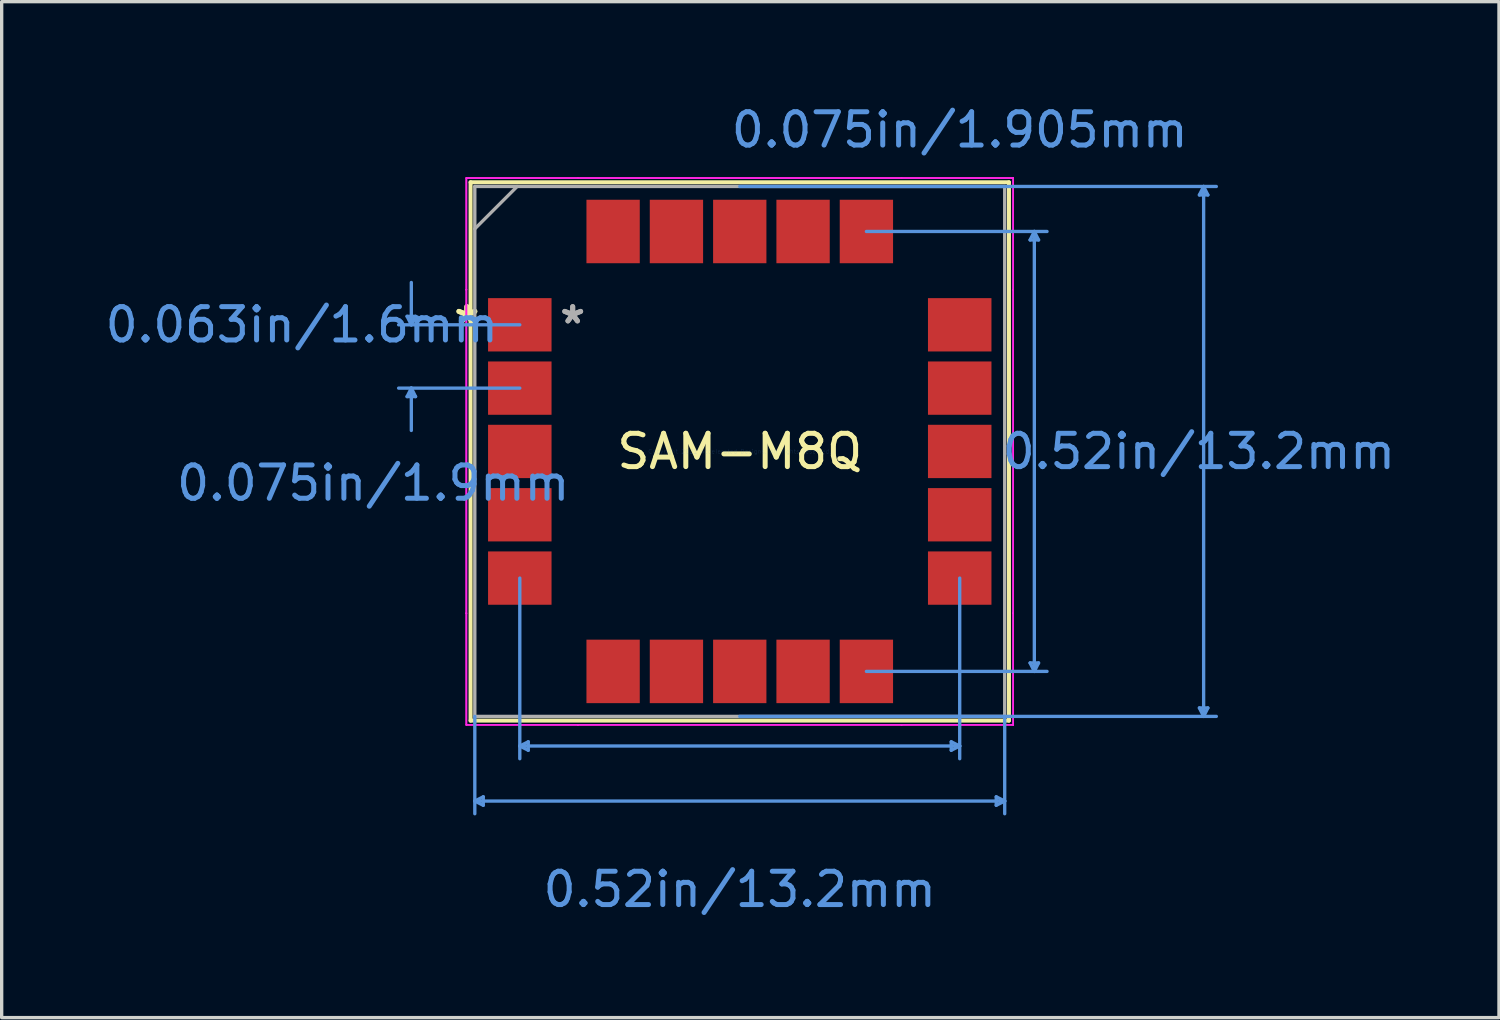
<source format=kicad_pcb>
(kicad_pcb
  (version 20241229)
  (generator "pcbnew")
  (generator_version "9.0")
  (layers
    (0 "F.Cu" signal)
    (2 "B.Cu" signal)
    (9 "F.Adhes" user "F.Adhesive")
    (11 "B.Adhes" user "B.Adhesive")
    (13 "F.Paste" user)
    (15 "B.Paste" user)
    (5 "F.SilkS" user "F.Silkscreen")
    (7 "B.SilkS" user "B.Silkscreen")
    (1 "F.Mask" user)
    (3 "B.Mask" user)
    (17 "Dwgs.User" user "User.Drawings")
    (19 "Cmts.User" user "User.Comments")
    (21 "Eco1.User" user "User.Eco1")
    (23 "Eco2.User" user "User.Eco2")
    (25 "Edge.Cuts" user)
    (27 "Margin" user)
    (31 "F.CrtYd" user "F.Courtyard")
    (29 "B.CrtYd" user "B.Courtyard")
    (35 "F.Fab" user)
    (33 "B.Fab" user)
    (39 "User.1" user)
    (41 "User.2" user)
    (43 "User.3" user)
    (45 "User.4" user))
  (footprint "SAM-M8Q"
    (layer "F.Cu")
    (at 19.147 10.496)
    (property "Reference" "SAM-M8Q" (at 0 0 0) (layer "F.SilkS") (effects (font (size 1 1) (thickness 0.15))))
    (attr through_hole)
    (fp_line (start -8.077 -8.077) (end -8.077 8.077) (stroke (width 0.12) (type solid)) (layer "F.SilkS"))
    (fp_line (start -8.077 8.077) (end 8.077 8.077) (stroke (width 0.12) (type solid)) (layer "F.SilkS"))
    (fp_line (start 8.077 -8.077) (end -8.077 -8.077) (stroke (width 0.12) (type solid)) (layer "F.SilkS"))
    (fp_line (start 8.077 8.077) (end 8.077 -8.077) (stroke (width 0.12) (type solid)) (layer "F.SilkS"))
    (fp_line (start -9.982 -4.054) (end -9.728 -4.054) (stroke (width 0.1) (type solid)) (layer "Cmts.User"))
    (fp_line (start -9.982 -1.646) (end -9.728 -1.646) (stroke (width 0.1) (type solid)) (layer "Cmts.User"))
    (fp_line (start -9.855 -3.8) (end -9.982 -4.054) (stroke (width 0.1) (type solid)) (layer "Cmts.User"))
    (fp_line (start -9.855 -3.8) (end -9.855 -5.07) (stroke (width 0.1) (type solid)) (layer "Cmts.User"))
    (fp_line (start -9.855 -3.8) (end -9.728 -4.054) (stroke (width 0.1) (type solid)) (layer "Cmts.User"))
    (fp_line (start -9.855 -1.9) (end -9.982 -1.646) (stroke (width 0.1) (type solid)) (layer "Cmts.User"))
    (fp_line (start -9.855 -1.9) (end -9.855 -0.63) (stroke (width 0.1) (type solid)) (layer "Cmts.User"))
    (fp_line (start -9.855 -1.9) (end -9.728 -1.646) (stroke (width 0.1) (type solid)) (layer "Cmts.User"))
    (fp_line (start -7.95 7.95) (end -7.95 10.871) (stroke (width 0.1) (type solid)) (layer "Cmts.User"))
    (fp_line (start -7.95 10.49) (end -7.696 10.363) (stroke (width 0.1) (type solid)) (layer "Cmts.User"))
    (fp_line (start -7.95 10.49) (end -7.696 10.617) (stroke (width 0.1) (type solid)) (layer "Cmts.User"))
    (fp_line (start -7.95 10.49) (end 7.95 10.49) (stroke (width 0.1) (type solid)) (layer "Cmts.User"))
    (fp_line (start -7.696 10.363) (end -7.696 10.617) (stroke (width 0.1) (type solid)) (layer "Cmts.User"))
    (fp_line (start -6.6 -3.8) (end -10.236 -3.8) (stroke (width 0.1) (type solid)) (layer "Cmts.User"))
    (fp_line (start -6.6 -1.9) (end -10.236 -1.9) (stroke (width 0.1) (type solid)) (layer "Cmts.User"))
    (fp_line (start -6.6 3.8) (end -6.6 9.22) (stroke (width 0.1) (type solid)) (layer "Cmts.User"))
    (fp_line (start -6.6 8.839) (end -6.346 8.712) (stroke (width 0.1) (type solid)) (layer "Cmts.User"))
    (fp_line (start -6.6 8.839) (end -6.346 8.966) (stroke (width 0.1) (type solid)) (layer "Cmts.User"))
    (fp_line (start -6.6 8.839) (end 6.6 8.839) (stroke (width 0.1) (type solid)) (layer "Cmts.User"))
    (fp_line (start -6.346 8.712) (end -6.346 8.966) (stroke (width 0.1) (type solid)) (layer "Cmts.User"))
    (fp_line (start 0 -7.95) (end 14.3 -7.95) (stroke (width 0.1) (type solid)) (layer "Cmts.User"))
    (fp_line (start 0 7.95) (end 14.3 7.95) (stroke (width 0.1) (type solid)) (layer "Cmts.User"))
    (fp_line (start 3.8 -6.6) (end 9.22 -6.6) (stroke (width 0.1) (type solid)) (layer "Cmts.User"))
    (fp_line (start 3.8 6.6) (end 9.22 6.6) (stroke (width 0.1) (type solid)) (layer "Cmts.User"))
    (fp_line (start 6.346 8.712) (end 6.346 8.966) (stroke (width 0.1) (type solid)) (layer "Cmts.User"))
    (fp_line (start 6.6 3.8) (end 6.6 9.22) (stroke (width 0.1) (type solid)) (layer "Cmts.User"))
    (fp_line (start 6.6 8.839) (end 6.346 8.712) (stroke (width 0.1) (type solid)) (layer "Cmts.User"))
    (fp_line (start 6.6 8.839) (end 6.346 8.966) (stroke (width 0.1) (type solid)) (layer "Cmts.User"))
    (fp_line (start 7.696 10.363) (end 7.696 10.617) (stroke (width 0.1) (type solid)) (layer "Cmts.User"))
    (fp_line (start 7.95 7.95) (end 7.95 10.871) (stroke (width 0.1) (type solid)) (layer "Cmts.User"))
    (fp_line (start 7.95 10.49) (end 7.696 10.363) (stroke (width 0.1) (type solid)) (layer "Cmts.User"))
    (fp_line (start 7.95 10.49) (end 7.696 10.617) (stroke (width 0.1) (type solid)) (layer "Cmts.User"))
    (fp_line (start 8.712 -6.346) (end 8.966 -6.346) (stroke (width 0.1) (type solid)) (layer "Cmts.User"))
    (fp_line (start 8.712 6.346) (end 8.966 6.346) (stroke (width 0.1) (type solid)) (layer "Cmts.User"))
    (fp_line (start 8.839 -6.6) (end 8.712 -6.346) (stroke (width 0.1) (type solid)) (layer "Cmts.User"))
    (fp_line (start 8.839 -6.6) (end 8.839 6.6) (stroke (width 0.1) (type solid)) (layer "Cmts.User"))
    (fp_line (start 8.839 -6.6) (end 8.966 -6.346) (stroke (width 0.1) (type solid)) (layer "Cmts.User"))
    (fp_line (start 8.839 6.6) (end 8.712 6.346) (stroke (width 0.1) (type solid)) (layer "Cmts.User"))
    (fp_line (start 8.839 6.6) (end 8.966 6.346) (stroke (width 0.1) (type solid)) (layer "Cmts.User"))
    (fp_line (start 13.792 -7.696) (end 14.046 -7.696) (stroke (width 0.1) (type solid)) (layer "Cmts.User"))
    (fp_line (start 13.792 7.696) (end 14.046 7.696) (stroke (width 0.1) (type solid)) (layer "Cmts.User"))
    (fp_line (start 13.919 -7.95) (end 13.792 -7.696) (stroke (width 0.1) (type solid)) (layer "Cmts.User"))
    (fp_line (start 13.919 -7.95) (end 13.919 7.95) (stroke (width 0.1) (type solid)) (layer "Cmts.User"))
    (fp_line (start 13.919 -7.95) (end 14.046 -7.696) (stroke (width 0.1) (type solid)) (layer "Cmts.User"))
    (fp_line (start 13.919 7.95) (end 13.792 7.696) (stroke (width 0.1) (type solid)) (layer "Cmts.User"))
    (fp_line (start 13.919 7.95) (end 14.046 7.696) (stroke (width 0.1) (type solid)) (layer "Cmts.User"))
    (fp_line (start -8.204 -8.204) (end -4.854 -8.204) (stroke (width 0.05) (type solid)) (layer "F.CrtYd"))
    (fp_line (start -8.204 -8.204) (end -4.854 -8.204) (stroke (width 0.05) (type solid)) (layer "F.CrtYd"))
    (fp_line (start -8.204 -4.854) (end -8.204 -8.204) (stroke (width 0.05) (type solid)) (layer "F.CrtYd"))
    (fp_line (start -8.204 -4.854) (end -8.204 -8.204) (stroke (width 0.05) (type solid)) (layer "F.CrtYd"))
    (fp_line (start -8.204 -4.854) (end -8.204 -4.854) (stroke (width 0.05) (type solid)) (layer "F.CrtYd"))
    (fp_line (start -8.204 -4.854) (end -8.204 -4.854) (stroke (width 0.05) (type solid)) (layer "F.CrtYd"))
    (fp_line (start -8.204 4.854) (end -8.204 -4.854) (stroke (width 0.05) (type solid)) (layer "F.CrtYd"))
    (fp_line (start -8.204 4.854) (end -8.204 -4.854) (stroke (width 0.05) (type solid)) (layer "F.CrtYd"))
    (fp_line (start -8.204 4.854) (end -8.204 4.854) (stroke (width 0.05) (type solid)) (layer "F.CrtYd"))
    (fp_line (start -8.204 4.854) (end -8.204 4.854) (stroke (width 0.05) (type solid)) (layer "F.CrtYd"))
    (fp_line (start -8.204 8.204) (end -8.204 4.854) (stroke (width 0.05) (type solid)) (layer "F.CrtYd"))
    (fp_line (start -8.204 8.204) (end -8.204 4.854) (stroke (width 0.05) (type solid)) (layer "F.CrtYd"))
    (fp_line (start -4.854 -8.204) (end -4.854 -8.204) (stroke (width 0.05) (type solid)) (layer "F.CrtYd"))
    (fp_line (start -4.854 -8.204) (end -4.854 -8.204) (stroke (width 0.05) (type solid)) (layer "F.CrtYd"))
    (fp_line (start -4.854 -8.204) (end 4.854 -8.204) (stroke (width 0.05) (type solid)) (layer "F.CrtYd"))
    (fp_line (start -4.854 -8.204) (end 4.854 -8.204) (stroke (width 0.05) (type solid)) (layer "F.CrtYd"))
    (fp_line (start -4.854 8.204) (end -8.204 8.204) (stroke (width 0.05) (type solid)) (layer "F.CrtYd"))
    (fp_line (start -4.854 8.204) (end -8.204 8.204) (stroke (width 0.05) (type solid)) (layer "F.CrtYd"))
    (fp_line (start -4.854 8.204) (end -4.854 8.204) (stroke (width 0.05) (type solid)) (layer "F.CrtYd"))
    (fp_line (start -4.854 8.204) (end -4.854 8.204) (stroke (width 0.05) (type solid)) (layer "F.CrtYd"))
    (fp_line (start 4.854 -8.204) (end 4.854 -8.204) (stroke (width 0.05) (type solid)) (layer "F.CrtYd"))
    (fp_line (start 4.854 -8.204) (end 4.854 -8.204) (stroke (width 0.05) (type solid)) (layer "F.CrtYd"))
    (fp_line (start 4.854 -8.204) (end 8.204 -8.204) (stroke (width 0.05) (type solid)) (layer "F.CrtYd"))
    (fp_line (start 4.854 -8.204) (end 8.204 -8.204) (stroke (width 0.05) (type solid)) (layer "F.CrtYd"))
    (fp_line (start 4.854 8.204) (end -4.854 8.204) (stroke (width 0.05) (type solid)) (layer "F.CrtYd"))
    (fp_line (start 4.854 8.204) (end -4.854 8.204) (stroke (width 0.05) (type solid)) (layer "F.CrtYd"))
    (fp_line (start 4.854 8.204) (end 4.854 8.204) (stroke (width 0.05) (type solid)) (layer "F.CrtYd"))
    (fp_line (start 4.854 8.204) (end 4.854 8.204) (stroke (width 0.05) (type solid)) (layer "F.CrtYd"))
    (fp_line (start 8.204 -8.204) (end 8.204 -4.854) (stroke (width 0.05) (type solid)) (layer "F.CrtYd"))
    (fp_line (start 8.204 -8.204) (end 8.204 -4.854) (stroke (width 0.05) (type solid)) (layer "F.CrtYd"))
    (fp_line (start 8.204 -4.854) (end 8.204 -4.854) (stroke (width 0.05) (type solid)) (layer "F.CrtYd"))
    (fp_line (start 8.204 -4.854) (end 8.204 -4.854) (stroke (width 0.05) (type solid)) (layer "F.CrtYd"))
    (fp_line (start 8.204 -4.854) (end 8.204 4.854) (stroke (width 0.05) (type solid)) (layer "F.CrtYd"))
    (fp_line (start 8.204 -4.854) (end 8.204 4.854) (stroke (width 0.05) (type solid)) (layer "F.CrtYd"))
    (fp_line (start 8.204 4.854) (end 8.204 4.854) (stroke (width 0.05) (type solid)) (layer "F.CrtYd"))
    (fp_line (start 8.204 4.854) (end 8.204 4.854) (stroke (width 0.05) (type solid)) (layer "F.CrtYd"))
    (fp_line (start 8.204 4.854) (end 8.204 8.204) (stroke (width 0.05) (type solid)) (layer "F.CrtYd"))
    (fp_line (start 8.204 4.854) (end 8.204 8.204) (stroke (width 0.05) (type solid)) (layer "F.CrtYd"))
    (fp_line (start 8.204 8.204) (end 4.854 8.204) (stroke (width 0.05) (type solid)) (layer "F.CrtYd"))
    (fp_line (start 8.204 8.204) (end 4.854 8.204) (stroke (width 0.05) (type solid)) (layer "F.CrtYd"))
    (fp_line (start -7.95 -7.95) (end -7.95 7.95) (stroke (width 0.1) (type solid)) (layer "F.Fab"))
    (fp_line (start -7.95 -6.68) (end -6.68 -7.95) (stroke (width 0.1) (type solid)) (layer "F.Fab"))
    (fp_line (start -7.95 7.95) (end 7.95 7.95) (stroke (width 0.1) (type solid)) (layer "F.Fab"))
    (fp_line (start 7.95 -7.95) (end -7.95 -7.95) (stroke (width 0.1) (type solid)) (layer "F.Fab"))
    (fp_line (start 7.95 7.95) (end 7.95 -7.95) (stroke (width 0.1) (type solid)) (layer "F.Fab"))
    (fp_text user "*" (at -8.188 -3.8 0) (layer "F.SilkS") (effects (font (size 1 1) (thickness 0.15))))
    (fp_text user "*" (at -8.188 -3.8 0) (layer "F.SilkS") (effects (font (size 1 1) (thickness 0.15))))
    (fp_text user "0.52in/13.2mm" (at 0 13.141 0) (layer "Cmts.User") (effects (font (size 1 1) (thickness 0.15))))
    (fp_text user "Copyright 2021 Accelerated Designs. All rights reserved." (at 0 0 0) (layer "Cmts.User") (effects (font (size 0.127 0.127) (thickness 0.002))))
    (fp_text user "0.063in/1.6mm" (at -13.141 -3.8 0) (layer "Cmts.User") (effects (font (size 1 1) (thickness 0.15))))
    (fp_text user "0.075in/1.905mm" (at 6.6 -9.648 0) (layer "Cmts.User") (effects (font (size 1 1) (thickness 0.15))))
    (fp_text user "0.52in/13.2mm" (at 13.776 0 0) (layer "Cmts.User") (effects (font (size 1 1) (thickness 0.15))))
    (fp_text user "0.075in/1.9mm" (at -10.998 0.95 0) (layer "Cmts.User") (effects (font (size 1 1) (thickness 0.15))))
    (fp_text user "*" (at -5.013 -3.8 0) (layer "F.Fab") (effects (font (size 1 1) (thickness 0.15))))
    (fp_text user "*" (at -5.013 -3.8 0) (layer "F.Fab") (effects (font (size 1 1) (thickness 0.15))))
    (pad "1" smd rect (at -6.6 -3.8) (size 1.905 1.6) (layers "F.Cu" "F.Mask" "F.Paste"))
    (pad "2" smd rect (at -6.6 -1.9) (size 1.905 1.6) (layers "F.Cu" "F.Mask" "F.Paste"))
    (pad "3" smd rect (at -6.6 0) (size 1.905 1.6) (layers "F.Cu" "F.Mask" "F.Paste"))
    (pad "4" smd rect (at -6.6 1.9) (size 1.905 1.6) (layers "F.Cu" "F.Mask" "F.Paste"))
    (pad "5" smd rect (at -6.6 3.8) (size 1.905 1.6) (layers "F.Cu" "F.Mask" "F.Paste"))
    (pad "6" smd rect (at -3.8 6.6 90) (size 1.905 1.6) (layers "F.Cu" "F.Mask" "F.Paste"))
    (pad "7" smd rect (at -1.9 6.6 90) (size 1.905 1.6) (layers "F.Cu" "F.Mask" "F.Paste"))
    (pad "8" smd rect (at 0 6.6 90) (size 1.905 1.6) (layers "F.Cu" "F.Mask" "F.Paste"))
    (pad "9" smd rect (at 1.9 6.6 90) (size 1.905 1.6) (layers "F.Cu" "F.Mask" "F.Paste"))
    (pad "10" smd rect (at 3.8 6.6 90) (size 1.905 1.6) (layers "F.Cu" "F.Mask" "F.Paste"))
    (pad "11" smd rect (at 6.6 3.8) (size 1.905 1.6) (layers "F.Cu" "F.Mask" "F.Paste"))
    (pad "12" smd rect (at 6.6 1.9) (size 1.905 1.6) (layers "F.Cu" "F.Mask" "F.Paste"))
    (pad "13" smd rect (at 6.6 0) (size 1.905 1.6) (layers "F.Cu" "F.Mask" "F.Paste"))
    (pad "14" smd rect (at 6.6 -1.9) (size 1.905 1.6) (layers "F.Cu" "F.Mask" "F.Paste"))
    (pad "15" smd rect (at 6.6 -3.8) (size 1.905 1.6) (layers "F.Cu" "F.Mask" "F.Paste"))
    (pad "16" smd rect (at 3.8 -6.6 90) (size 1.905 1.6) (layers "F.Cu" "F.Mask" "F.Paste"))
    (pad "17" smd rect (at 1.9 -6.6 90) (size 1.905 1.6) (layers "F.Cu" "F.Mask" "F.Paste"))
    (pad "18" smd rect (at 0 -6.6 90) (size 1.905 1.6) (layers "F.Cu" "F.Mask" "F.Paste"))
    (pad "19" smd rect (at -1.9 -6.6 90) (size 1.905 1.6) (layers "F.Cu" "F.Mask" "F.Paste"))
    (pad "20" smd rect (at -3.8 -6.6 90) (size 1.905 1.6) (layers "F.Cu" "F.Mask" "F.Paste")))
  (gr_rect
    (start -3 -3)
    (end 41.928 27.485)
    (stroke (width 0.1) (type default))
    (fill no)
    (layer "Edge.Cuts")))
</source>
